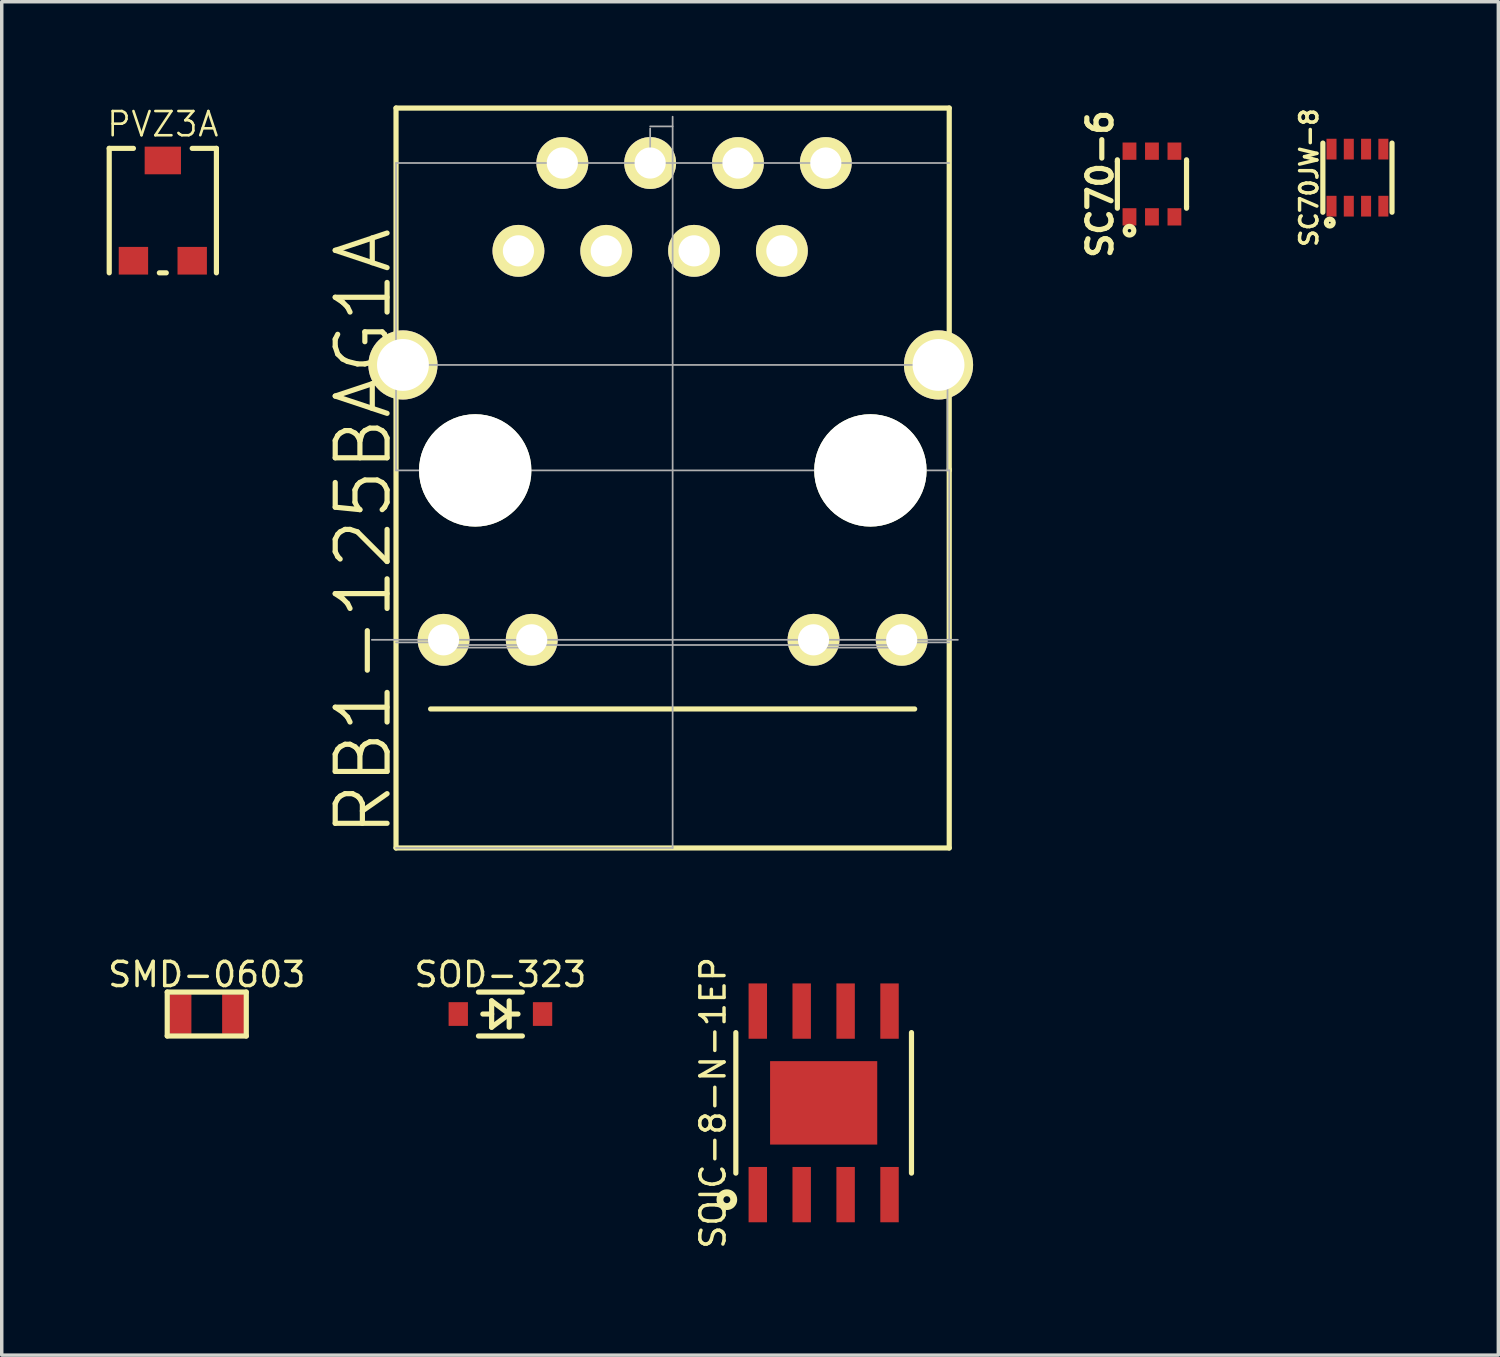
<source format=kicad_pcb>
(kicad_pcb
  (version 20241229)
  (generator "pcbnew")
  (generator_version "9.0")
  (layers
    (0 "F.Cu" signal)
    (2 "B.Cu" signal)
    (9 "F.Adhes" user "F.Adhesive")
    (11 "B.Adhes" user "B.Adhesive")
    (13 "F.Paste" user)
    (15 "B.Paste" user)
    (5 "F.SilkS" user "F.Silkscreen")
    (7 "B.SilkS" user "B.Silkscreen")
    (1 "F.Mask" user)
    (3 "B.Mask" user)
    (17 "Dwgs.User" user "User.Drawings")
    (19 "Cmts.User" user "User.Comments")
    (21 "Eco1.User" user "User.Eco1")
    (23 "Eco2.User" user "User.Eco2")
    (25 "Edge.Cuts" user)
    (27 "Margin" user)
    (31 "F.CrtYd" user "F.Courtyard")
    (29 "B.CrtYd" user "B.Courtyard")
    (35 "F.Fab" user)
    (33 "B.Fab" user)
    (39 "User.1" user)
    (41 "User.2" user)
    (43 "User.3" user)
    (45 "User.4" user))
  (footprint "SC70-6"
    (layer "F.Cu")
    (at 30.267 2.272)
    (property "Reference" "SC70-6" (at -1.5 0 90) (layer "F.SilkS") (effects (font (size 0.7 0.7) (thickness 0.15))))
    (attr through_hole)
    (fp_line (start -1 -0.65) (end -1 -0.7) (stroke (width 0.15) (type solid)) (layer "F.SilkS"))
    (fp_line (start -1 -0.65) (end -1 0.7) (stroke (width 0.15) (type solid)) (layer "F.SilkS"))
    (fp_line (start 1 -0.65) (end 1 -0.7) (stroke (width 0.15) (type solid)) (layer "F.SilkS"))
    (fp_line (start 1 -0.65) (end 1 0.65) (stroke (width 0.15) (type solid)) (layer "F.SilkS"))
    (fp_line (start 1 0.7) (end 1 0.65) (stroke (width 0.15) (type solid)) (layer "F.SilkS"))
    (fp_circle (center -0.65 1.35) (end -0.65 1.3) (stroke (width 0.15) (type solid)) (fill no) (layer "F.SilkS"))
    (pad "1" smd rect (at -0.65 0.95) (size 0.4 0.5) (layers "F.Cu" "F.Mask" "F.Paste"))
    (pad "2" smd rect (at 0 0.95) (size 0.4 0.5) (layers "F.Cu" "F.Mask" "F.Paste"))
    (pad "3" smd rect (at 0.65 0.95) (size 0.4 0.5) (layers "F.Cu" "F.Mask" "F.Paste"))
    (pad "4" smd rect (at 0.65 -0.95) (size 0.4 0.5) (layers "F.Cu" "F.Mask" "F.Paste"))
    (pad "5" smd rect (at 0 -0.95) (size 0.4 0.5) (layers "F.Cu" "F.Mask" "F.Paste"))
    (pad "6" smd rect (at -0.65 -0.95) (size 0.4 0.5) (layers "F.Cu" "F.Mask" "F.Paste")))
  (footprint "SOD-323"
    (layer "F.Cu")
    (at 11.423 26.278)
    (property "Reference" "SOD-323" (at 0 -1.143 0) (layer "F.SilkS") (effects (font (size 0.7 0.7) (thickness 0.1))))
    (attr through_hole)
    (fp_line (start -0.635 -0.635) (end 0.635 -0.635) (stroke (width 0.15) (type solid)) (layer "F.SilkS"))
    (fp_line (start -0.635 0.635) (end 0.635 0.635) (stroke (width 0.15) (type solid)) (layer "F.SilkS"))
    (fp_line (start -0.254 -0.381) (end 0.254 0) (stroke (width 0.15) (type solid)) (layer "F.SilkS"))
    (fp_line (start -0.254 0) (end -0.508 0) (stroke (width 0.15) (type solid)) (layer "F.SilkS"))
    (fp_line (start -0.254 0.381) (end -0.254 -0.381) (stroke (width 0.15) (type solid)) (layer "F.SilkS"))
    (fp_line (start 0.254 -0.381) (end 0.254 0.381) (stroke (width 0.15) (type solid)) (layer "F.SilkS"))
    (fp_line (start 0.254 0) (end -0.254 0.381) (stroke (width 0.15) (type solid)) (layer "F.SilkS"))
    (fp_line (start 0.254 0) (end 0.508 0) (stroke (width 0.15) (type solid)) (layer "F.SilkS"))
    (pad "1" smd rect (at -1.219 0) (size 0.559 0.686) (layers "F.Cu" "F.Mask" "F.Paste"))
    (pad "2" smd rect (at 1.219 0) (size 0.559 0.686) (layers "F.Cu" "F.Mask" "F.Paste")))
  (footprint "PVZ3A"
    (layer "F.Cu")
    (at 1.659 3.041)
    (property "Reference" "PVZ3A" (at 0 -2.5 0) (layer "F.SilkS") (effects (font (size 0.7 0.7) (thickness 0.075))))
    (attr through_hole)
    (fp_line (start -1.55 -1.8) (end -1.55 1.8) (stroke (width 0.15) (type solid)) (layer "F.SilkS"))
    (fp_line (start -1.55 -1.8) (end -0.85 -1.8) (stroke (width 0.15) (type solid)) (layer "F.SilkS"))
    (fp_line (start 0.1 1.8) (end -0.1 1.8) (stroke (width 0.15) (type solid)) (layer "F.SilkS"))
    (fp_line (start 0.85 -1.8) (end 1.55 -1.8) (stroke (width 0.15) (type solid)) (layer "F.SilkS"))
    (fp_line (start 1.55 1.8) (end 1.55 -1.8) (stroke (width 0.15) (type solid)) (layer "F.SilkS"))
    (pad "1" smd rect (at -0.85 1.45) (size 0.85 0.8) (layers "F.Cu" "F.Mask" "F.Paste"))
    (pad "2" smd rect (at 0 -1.45) (size 1.05 0.8) (layers "F.Cu" "F.Mask" "F.Paste"))
    (pad "3" smd rect (at 0.85 1.45) (size 0.85 0.8) (layers "F.Cu" "F.Mask" "F.Paste")))
  (footprint "SMD-0603"
    (layer "F.Cu")
    (at 2.93 26.278)
    (property "Reference" "SMD-0603" (at 0 -1.143 0) (layer "F.SilkS") (effects (font (size 0.7 0.7) (thickness 0.1))))
    (attr smd)
    (fp_line (start -1.143 -0.635) (end 1.143 -0.635) (stroke (width 0.15) (type solid)) (layer "F.SilkS"))
    (fp_line (start -1.143 0.635) (end -1.143 -0.635) (stroke (width 0.15) (type solid)) (layer "F.SilkS"))
    (fp_line (start 1.143 -0.635) (end 1.143 0.635) (stroke (width 0.15) (type solid)) (layer "F.SilkS"))
    (fp_line (start 1.143 0.635) (end -1.143 0.635) (stroke (width 0.15) (type solid)) (layer "F.SilkS"))
    (pad "1" smd rect (at -0.762 0) (size 0.635 1.143) (layers "F.Cu" "F.Mask" "F.Paste"))
    (pad "2" smd rect (at 0.762 0) (size 0.635 1.143) (layers "F.Cu" "F.Mask" "F.Paste")))
  (footprint "SC70JW-8"
    (layer "F.Cu")
    (at 36.21 2.088)
    (property "Reference" "SC70JW-8" (at -1.4 0 90) (layer "F.SilkS") (effects (font (size 0.5 0.5) (thickness 0.1))))
    (attr through_hole)
    (fp_line (start -1 -1) (end -1 1) (stroke (width 0.15) (type solid)) (layer "F.SilkS"))
    (fp_line (start 1 1) (end 1 -1) (stroke (width 0.15) (type solid)) (layer "F.SilkS"))
    (fp_circle (center -0.8 1.3) (end -0.8 1.4) (stroke (width 0.15) (type solid)) (fill no) (layer "F.SilkS"))
    (pad "1" smd rect (at -0.75 0.825) (size 0.29 0.6) (layers "F.Cu" "F.Mask" "F.Paste"))
    (pad "2" smd rect (at -0.25 0.825) (size 0.29 0.6) (layers "F.Cu" "F.Mask" "F.Paste"))
    (pad "3" smd rect (at 0.25 0.75) (size 0.001 0.001) (layers "F.Cu" "F.Mask" "F.Paste"))
    (pad "3" smd rect (at 0.25 0.825) (size 0.29 0.6) (layers "F.Cu" "F.Mask" "F.Paste"))
    (pad "4" smd rect (at 0.75 0.825) (size 0.29 0.6) (layers "F.Cu" "F.Mask" "F.Paste"))
    (pad "5" smd rect (at 0.75 -0.825) (size 0.29 0.6) (layers "F.Cu" "F.Mask" "F.Paste"))
    (pad "6" smd rect (at 0.25 -0.825) (size 0.29 0.6) (layers "F.Cu" "F.Mask" "F.Paste"))
    (pad "7" smd rect (at -0.25 -0.825) (size 0.29 0.6) (layers "F.Cu" "F.Mask" "F.Paste"))
    (pad "8" smd rect (at -0.75 -0.825) (size 0.29 0.6) (layers "F.Cu" "F.Mask" "F.Paste")))
  (footprint "SOIC-8-N-1EP"
    (layer "F.Cu")
    (at 20.772 28.847)
    (property "Reference" "SOIC-8-N-1EP" (at -3.2 0 90) (layer "F.SilkS") (effects (font (size 0.7 0.7) (thickness 0.1))))
    (attr smd)
    (fp_line (start -2.54 2.032) (end -2.54 -2.032) (stroke (width 0.15) (type solid)) (layer "F.SilkS"))
    (fp_line (start 2.54 -2.032) (end 2.54 2.032) (stroke (width 0.15) (type solid)) (layer "F.SilkS"))
    (fp_circle (center -2.8 2.8) (end -2.6 2.8) (stroke (width 0.2) (type solid)) (fill no) (layer "F.SilkS"))
    (pad "1" smd rect (at -1.905 2.654) (size 0.533 1.6) (layers "F.Cu" "F.Mask" "F.Paste"))
    (pad "2" smd rect (at -0.635 2.654) (size 0.533 1.6) (layers "F.Cu" "F.Mask" "F.Paste"))
    (pad "3" smd rect (at 0.635 2.654) (size 0.533 1.6) (layers "F.Cu" "F.Mask" "F.Paste"))
    (pad "4" smd rect (at 1.905 2.654) (size 0.533 1.6) (layers "F.Cu" "F.Mask" "F.Paste"))
    (pad "5" smd rect (at 1.905 -2.654) (size 0.533 1.6) (layers "F.Cu" "F.Mask" "F.Paste"))
    (pad "6" smd rect (at 0.635 -2.654) (size 0.533 1.6) (layers "F.Cu" "F.Mask" "F.Paste"))
    (pad "7" smd rect (at -0.635 -2.654) (size 0.533 1.6) (layers "F.Cu" "F.Mask" "F.Paste"))
    (pad "8" smd rect (at -1.905 -2.654) (size 0.533 1.6) (layers "F.Cu" "F.Mask" "F.Paste"))
    (pad "9" smd rect (at 0 0 180) (size 3.099 2.413) (layers "F.Cu" "F.Mask" "F.Paste")))
  (footprint "RB1-125BAG1A"
    (layer "F.Cu")
    (at 11.944 4.205)
    (property "Reference" "RB1-125BAG1A" (at -4.485 8.128 90) (layer "F.SilkS") (effects (font (size 1.5 1.5) (thickness 0.15))))
    (attr through_hole)
    (fp_line (start -3.54 -4.13) (end -3.54 17.27) (stroke (width 0.15) (type solid)) (layer "F.SilkS"))
    (fp_line (start -3.54 -4.13) (end 12.46 -4.13) (stroke (width 0.15) (type solid)) (layer "F.SilkS"))
    (fp_line (start -3.54 17.27) (end 12.46 17.27) (stroke (width 0.15) (type solid)) (layer "F.SilkS"))
    (fp_line (start -2.54 13.25) (end 11.46 13.25) (stroke (width 0.15) (type solid)) (layer "F.SilkS"))
    (fp_line (start 12.46 -4.13) (end 12.46 6.35) (stroke (width 0.15) (type solid)) (layer "F.SilkS"))
    (fp_line (start 12.46 6.32) (end 12.46 17.27) (stroke (width 0.15) (type solid)) (layer "F.SilkS"))
    (fp_line (start -3.54 -2.54) (end 12.46 -2.54) (stroke (width 0.05) (type solid)) (layer "F.Fab"))
    (fp_line (start -3.54 6.35) (end -3.54 -2.54) (stroke (width 0.05) (type solid)) (layer "F.Fab"))
    (fp_line (start -3.54 6.35) (end -1.25 6.35) (stroke (width 0.05) (type solid)) (layer "F.Fab"))
    (fp_line (start -3.54 11.325) (end -2.165 11.325) (stroke (width 0.05) (type solid)) (layer "F.Fab"))
    (fp_line (start -3.34 3.3) (end 12.15 3.3) (stroke (width 0.05) (type solid)) (layer "F.Fab"))
    (fp_line (start -2.165 11.4) (end 11.085 11.4) (stroke (width 0.05) (type solid)) (layer "F.Fab"))
    (fp_line (start -2.165 11.475) (end 0.375 11.475) (stroke (width 0.05) (type solid)) (layer "F.Fab"))
    (fp_line (start 3.81 -3.6) (end 4.46 -3.6) (stroke (width 0.05) (type solid)) (layer "F.Fab"))
    (fp_line (start 3.81 -3.54) (end 3.81 -2.54) (stroke (width 0.05) (type solid)) (layer "F.Fab"))
    (fp_line (start 4.46 6.35) (end 4.46 -3.88) (stroke (width 0.05) (type solid)) (layer "F.Fab"))
    (fp_line (start 4.46 6.35) (end 4.46 17.27) (stroke (width 0.05) (type solid)) (layer "F.Fab"))
    (fp_line (start 4.46 17.27) (end -3.54 17.27) (stroke (width 0.05) (type solid)) (layer "F.Fab"))
    (fp_line (start 8.545 11.475) (end 11.085 11.475) (stroke (width 0.05) (type solid)) (layer "F.Fab"))
    (fp_line (start 10.12 6.35) (end -1.19 6.35) (stroke (width 0.05) (type solid)) (layer "F.Fab"))
    (fp_line (start 10.18 6.35) (end 12.46 6.35) (stroke (width 0.05) (type solid)) (layer "F.Fab"))
    (fp_line (start 11.085 11.325) (end 12.46 11.325) (stroke (width 0.05) (type solid)) (layer "F.Fab"))
    (fp_line (start 12.41 3.26) (end 12.16 3.26) (stroke (width 0.05) (type solid)) (layer "F.Fab"))
    (fp_line (start 12.41 3.3) (end 12.41 6.35) (stroke (width 0.05) (type solid)) (layer "F.Fab"))
    (fp_line (start 12.46 6.35) (end 12.46 11.25) (stroke (width 0.05) (type solid)) (layer "F.Fab"))
    (fp_line (start 12.71 11.25) (end -4.24 11.25) (stroke (width 0.05) (type solid)) (layer "F.Fab"))
    (pad "" np_thru_hole circle (at -1.25 6.35) (size 3.25 3.25) (drill 3.25) (layers "*.Cu" "*.Mask" "F.SilkS"))
    (pad "" np_thru_hole circle (at 10.18 6.35) (size 3.25 3.25) (drill 3.25) (layers "*.Cu" "*.Mask" "F.SilkS"))
    (pad "1" thru_hole circle (at 0 0) (size 1.5 1.5) (drill 0.9) (layers "*.Cu" "*.Mask" "F.SilkS"))
    (pad "2" thru_hole circle (at 1.27 -2.54 90) (size 1.5 1.5) (drill 0.9) (layers "*.Cu" "*.Mask" "F.SilkS"))
    (pad "3" thru_hole circle (at 2.54 0) (size 1.5 1.5) (drill 0.9) (layers "*.Cu" "*.Mask" "F.SilkS"))
    (pad "4" thru_hole circle (at 3.81 -2.54) (size 1.5 1.5) (drill 0.9) (layers "*.Cu" "*.Mask" "F.SilkS"))
    (pad "5" thru_hole circle (at 5.08 0) (size 1.5 1.5) (drill 0.9) (layers "*.Cu" "*.Mask" "F.SilkS"))
    (pad "6" thru_hole circle (at 6.35 -2.54) (size 1.5 1.5) (drill 0.9) (layers "*.Cu" "*.Mask" "F.SilkS"))
    (pad "7" thru_hole circle (at 7.62 0) (size 1.5 1.5) (drill 0.9) (layers "*.Cu" "*.Mask" "F.SilkS"))
    (pad "8" thru_hole circle (at 8.89 -2.54) (size 1.5 1.5) (drill 0.9) (layers "*.Cu" "*.Mask" "F.SilkS"))
    (pad "9" thru_hole circle (at 11.085 11.25) (size 1.5 1.5) (drill 0.9) (layers "*.Cu" "*.Mask" "F.SilkS"))
    (pad "10" thru_hole circle (at 8.535 11.25) (size 1.5 1.5) (drill 0.9) (layers "*.Cu" "*.Mask" "F.SilkS"))
    (pad "11" thru_hole circle (at 0.385 11.25) (size 1.5 1.5) (drill 0.9) (layers "*.Cu" "*.Mask" "F.SilkS"))
    (pad "12" thru_hole circle (at -2.165 11.25) (size 1.5 1.5) (drill 0.9) (layers "*.Cu" "*.Mask" "F.SilkS"))
    (pad "13" thru_hole circle (at -3.34 3.3) (size 2 2) (drill 1.5) (layers "*.Cu" "*.Mask" "F.SilkS"))
    (pad "14" thru_hole circle (at 12.15 3.3) (size 2 2) (drill 1.5) (layers "*.Cu" "*.Mask" "F.SilkS")))
  (gr_rect
    (start -3 -3)
    (end 40.285 36.143)
    (stroke (width 0.1) (type default))
    (fill no)
    (layer "Edge.Cuts")))
</source>
